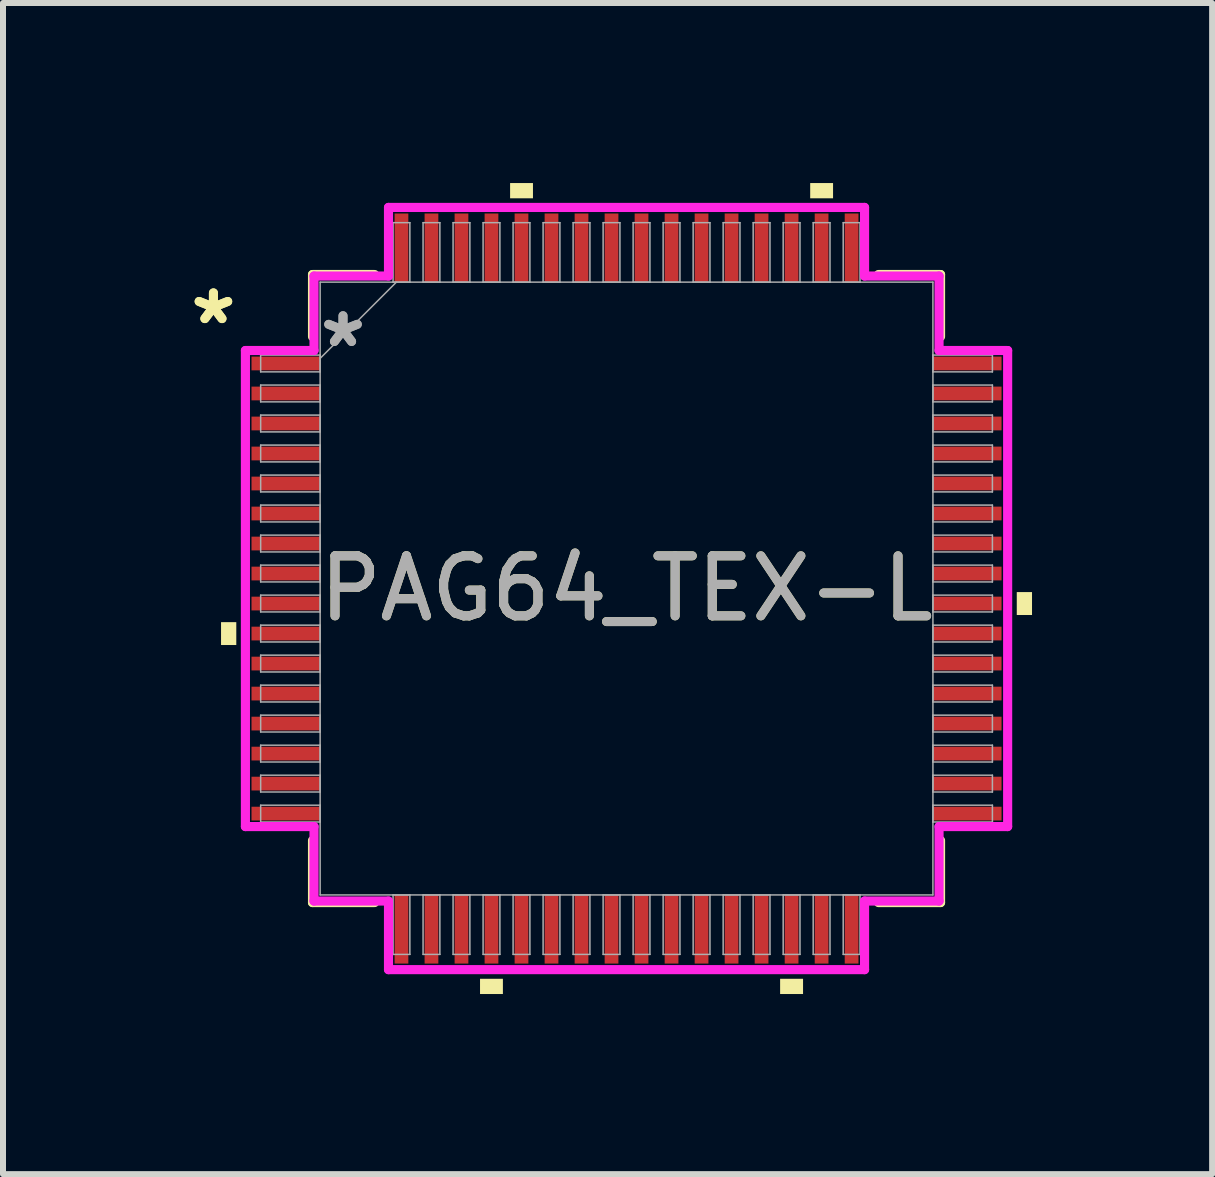
<source format=kicad_pcb>
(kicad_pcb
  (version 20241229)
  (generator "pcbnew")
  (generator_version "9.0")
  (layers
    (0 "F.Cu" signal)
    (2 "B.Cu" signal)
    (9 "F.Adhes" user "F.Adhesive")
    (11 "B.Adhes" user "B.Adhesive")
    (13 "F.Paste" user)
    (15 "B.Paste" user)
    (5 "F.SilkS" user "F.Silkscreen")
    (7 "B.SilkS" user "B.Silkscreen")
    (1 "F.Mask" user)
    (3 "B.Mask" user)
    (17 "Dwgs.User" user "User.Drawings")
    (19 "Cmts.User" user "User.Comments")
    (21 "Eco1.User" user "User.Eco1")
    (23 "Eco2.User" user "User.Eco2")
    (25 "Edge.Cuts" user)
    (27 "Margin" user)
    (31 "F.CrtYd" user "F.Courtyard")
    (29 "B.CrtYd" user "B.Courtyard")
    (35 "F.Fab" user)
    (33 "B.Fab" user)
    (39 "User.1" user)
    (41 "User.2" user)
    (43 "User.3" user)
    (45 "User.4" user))
  (footprint "PAG64_TEX-L"
    (layer "F.Cu")
    (at 7.389 6.756)
    (property "Reference" "PAG64_TEX-L" (at 0 0 0) (unlocked yes) (layer "F.SilkS") (effects (font (size 1 1) (thickness 0.15))))
    (attr smd)
    (fp_line (start -5.232 -5.232) (end -5.232 -4.197) (stroke (width 0.152) (type solid)) (layer "F.SilkS"))
    (fp_line (start -5.232 4.197) (end -5.232 5.232) (stroke (width 0.152) (type solid)) (layer "F.SilkS"))
    (fp_line (start -5.232 5.232) (end -4.197 5.232) (stroke (width 0.152) (type solid)) (layer "F.SilkS"))
    (fp_line (start -4.197 -5.232) (end -5.232 -5.232) (stroke (width 0.152) (type solid)) (layer "F.SilkS"))
    (fp_line (start 4.197 5.232) (end 5.232 5.232) (stroke (width 0.152) (type solid)) (layer "F.SilkS"))
    (fp_line (start 5.232 -5.232) (end 4.197 -5.232) (stroke (width 0.152) (type solid)) (layer "F.SilkS"))
    (fp_line (start 5.232 -4.197) (end 5.232 -5.232) (stroke (width 0.152) (type solid)) (layer "F.SilkS"))
    (fp_line (start 5.232 5.232) (end 5.232 4.197) (stroke (width 0.152) (type solid)) (layer "F.SilkS"))
    (fp_poly (pts (xy -6.756 0.56) (xy -6.756 0.941) (xy -6.502 0.941) (xy -6.502 0.56)) (stroke (width 0) (type solid)) (fill yes) (layer "F.SilkS"))
    (fp_poly (pts (xy -2.441 6.502) (xy -2.441 6.756) (xy -2.06 6.756) (xy -2.06 6.502)) (stroke (width 0) (type solid)) (fill yes) (layer "F.SilkS"))
    (fp_poly (pts (xy -1.94 -6.502) (xy -1.94 -6.756) (xy -1.559 -6.756) (xy -1.559 -6.502)) (stroke (width 0) (type solid)) (fill yes) (layer "F.SilkS"))
    (fp_poly (pts (xy 2.559 6.502) (xy 2.559 6.756) (xy 2.941 6.756) (xy 2.941 6.502)) (stroke (width 0) (type solid)) (fill yes) (layer "F.SilkS"))
    (fp_poly (pts (xy 3.06 -6.502) (xy 3.06 -6.756) (xy 3.441 -6.756) (xy 3.441 -6.502)) (stroke (width 0) (type solid)) (fill yes) (layer "F.SilkS"))
    (fp_poly (pts (xy 6.756 0.059) (xy 6.756 0.441) (xy 6.502 0.441) (xy 6.502 0.059)) (stroke (width 0) (type solid)) (fill yes) (layer "F.SilkS"))
    (fp_line (start -6.35 -3.966) (end -5.207 -3.966) (stroke (width 0.152) (type solid)) (layer "F.CrtYd"))
    (fp_line (start -6.35 3.966) (end -6.35 -3.966) (stroke (width 0.152) (type solid)) (layer "F.CrtYd"))
    (fp_line (start -5.207 -5.207) (end -3.966 -5.207) (stroke (width 0.152) (type solid)) (layer "F.CrtYd"))
    (fp_line (start -5.207 -3.966) (end -5.207 -5.207) (stroke (width 0.152) (type solid)) (layer "F.CrtYd"))
    (fp_line (start -5.207 3.966) (end -6.35 3.966) (stroke (width 0.152) (type solid)) (layer "F.CrtYd"))
    (fp_line (start -5.207 5.207) (end -5.207 3.966) (stroke (width 0.152) (type solid)) (layer "F.CrtYd"))
    (fp_line (start -5.207 5.207) (end -3.966 5.207) (stroke (width 0.152) (type solid)) (layer "F.CrtYd"))
    (fp_line (start -3.966 -6.35) (end 3.966 -6.35) (stroke (width 0.152) (type solid)) (layer "F.CrtYd"))
    (fp_line (start -3.966 -5.207) (end -3.966 -6.35) (stroke (width 0.152) (type solid)) (layer "F.CrtYd"))
    (fp_line (start -3.966 5.207) (end -3.966 6.35) (stroke (width 0.152) (type solid)) (layer "F.CrtYd"))
    (fp_line (start -3.966 6.35) (end 3.966 6.35) (stroke (width 0.152) (type solid)) (layer "F.CrtYd"))
    (fp_line (start 3.966 -6.35) (end 3.966 -5.207) (stroke (width 0.152) (type solid)) (layer "F.CrtYd"))
    (fp_line (start 3.966 -5.207) (end 5.207 -5.207) (stroke (width 0.152) (type solid)) (layer "F.CrtYd"))
    (fp_line (start 3.966 5.207) (end 5.207 5.207) (stroke (width 0.152) (type solid)) (layer "F.CrtYd"))
    (fp_line (start 3.966 6.35) (end 3.966 5.207) (stroke (width 0.152) (type solid)) (layer "F.CrtYd"))
    (fp_line (start 5.207 -3.966) (end 5.207 -5.207) (stroke (width 0.152) (type solid)) (layer "F.CrtYd"))
    (fp_line (start 5.207 3.966) (end 6.35 3.966) (stroke (width 0.152) (type solid)) (layer "F.CrtYd"))
    (fp_line (start 5.207 5.207) (end 5.207 3.966) (stroke (width 0.152) (type solid)) (layer "F.CrtYd"))
    (fp_line (start 6.35 -3.966) (end 5.207 -3.966) (stroke (width 0.152) (type solid)) (layer "F.CrtYd"))
    (fp_line (start 6.35 3.966) (end 6.35 -3.966) (stroke (width 0.152) (type solid)) (layer "F.CrtYd"))
    (fp_line (start -6.096 -3.89) (end -6.096 -3.61) (stroke (width 0.025) (type solid)) (layer "F.Fab"))
    (fp_line (start -6.096 -3.61) (end -5.105 -3.61) (stroke (width 0.025) (type solid)) (layer "F.Fab"))
    (fp_line (start -6.096 -3.39) (end -6.096 -3.11) (stroke (width 0.025) (type solid)) (layer "F.Fab"))
    (fp_line (start -6.096 -3.11) (end -5.105 -3.11) (stroke (width 0.025) (type solid)) (layer "F.Fab"))
    (fp_line (start -6.096 -2.89) (end -6.096 -2.61) (stroke (width 0.025) (type solid)) (layer "F.Fab"))
    (fp_line (start -6.096 -2.61) (end -5.105 -2.61) (stroke (width 0.025) (type solid)) (layer "F.Fab"))
    (fp_line (start -6.096 -2.39) (end -6.096 -2.11) (stroke (width 0.025) (type solid)) (layer "F.Fab"))
    (fp_line (start -6.096 -2.11) (end -5.105 -2.11) (stroke (width 0.025) (type solid)) (layer "F.Fab"))
    (fp_line (start -6.096 -1.89) (end -6.096 -1.61) (stroke (width 0.025) (type solid)) (layer "F.Fab"))
    (fp_line (start -6.096 -1.61) (end -5.105 -1.61) (stroke (width 0.025) (type solid)) (layer "F.Fab"))
    (fp_line (start -6.096 -1.39) (end -6.096 -1.11) (stroke (width 0.025) (type solid)) (layer "F.Fab"))
    (fp_line (start -6.096 -1.11) (end -5.105 -1.11) (stroke (width 0.025) (type solid)) (layer "F.Fab"))
    (fp_line (start -6.096 -0.89) (end -6.096 -0.61) (stroke (width 0.025) (type solid)) (layer "F.Fab"))
    (fp_line (start -6.096 -0.61) (end -5.105 -0.61) (stroke (width 0.025) (type solid)) (layer "F.Fab"))
    (fp_line (start -6.096 -0.39) (end -6.096 -0.11) (stroke (width 0.025) (type solid)) (layer "F.Fab"))
    (fp_line (start -6.096 -0.11) (end -5.105 -0.11) (stroke (width 0.025) (type solid)) (layer "F.Fab"))
    (fp_line (start -6.096 0.11) (end -6.096 0.39) (stroke (width 0.025) (type solid)) (layer "F.Fab"))
    (fp_line (start -6.096 0.39) (end -5.105 0.39) (stroke (width 0.025) (type solid)) (layer "F.Fab"))
    (fp_line (start -6.096 0.61) (end -6.096 0.89) (stroke (width 0.025) (type solid)) (layer "F.Fab"))
    (fp_line (start -6.096 0.89) (end -5.105 0.89) (stroke (width 0.025) (type solid)) (layer "F.Fab"))
    (fp_line (start -6.096 1.11) (end -6.096 1.39) (stroke (width 0.025) (type solid)) (layer "F.Fab"))
    (fp_line (start -6.096 1.39) (end -5.105 1.39) (stroke (width 0.025) (type solid)) (layer "F.Fab"))
    (fp_line (start -6.096 1.61) (end -6.096 1.89) (stroke (width 0.025) (type solid)) (layer "F.Fab"))
    (fp_line (start -6.096 1.89) (end -5.105 1.89) (stroke (width 0.025) (type solid)) (layer "F.Fab"))
    (fp_line (start -6.096 2.11) (end -6.096 2.39) (stroke (width 0.025) (type solid)) (layer "F.Fab"))
    (fp_line (start -6.096 2.39) (end -5.105 2.39) (stroke (width 0.025) (type solid)) (layer "F.Fab"))
    (fp_line (start -6.096 2.61) (end -6.096 2.89) (stroke (width 0.025) (type solid)) (layer "F.Fab"))
    (fp_line (start -6.096 2.89) (end -5.105 2.89) (stroke (width 0.025) (type solid)) (layer "F.Fab"))
    (fp_line (start -6.096 3.11) (end -6.096 3.39) (stroke (width 0.025) (type solid)) (layer "F.Fab"))
    (fp_line (start -6.096 3.39) (end -5.105 3.39) (stroke (width 0.025) (type solid)) (layer "F.Fab"))
    (fp_line (start -6.096 3.61) (end -6.096 3.89) (stroke (width 0.025) (type solid)) (layer "F.Fab"))
    (fp_line (start -6.096 3.89) (end -5.105 3.89) (stroke (width 0.025) (type solid)) (layer "F.Fab"))
    (fp_line (start -5.105 -5.105) (end -5.105 5.105) (stroke (width 0.025) (type solid)) (layer "F.Fab"))
    (fp_line (start -5.105 -3.89) (end -6.096 -3.89) (stroke (width 0.025) (type solid)) (layer "F.Fab"))
    (fp_line (start -5.105 -3.835) (end -3.835 -5.105) (stroke (width 0.025) (type solid)) (layer "F.Fab"))
    (fp_line (start -5.105 -3.61) (end -5.105 -3.89) (stroke (width 0.025) (type solid)) (layer "F.Fab"))
    (fp_line (start -5.105 -3.39) (end -6.096 -3.39) (stroke (width 0.025) (type solid)) (layer "F.Fab"))
    (fp_line (start -5.105 -3.11) (end -5.105 -3.39) (stroke (width 0.025) (type solid)) (layer "F.Fab"))
    (fp_line (start -5.105 -2.89) (end -6.096 -2.89) (stroke (width 0.025) (type solid)) (layer "F.Fab"))
    (fp_line (start -5.105 -2.61) (end -5.105 -2.89) (stroke (width 0.025) (type solid)) (layer "F.Fab"))
    (fp_line (start -5.105 -2.39) (end -6.096 -2.39) (stroke (width 0.025) (type solid)) (layer "F.Fab"))
    (fp_line (start -5.105 -2.11) (end -5.105 -2.39) (stroke (width 0.025) (type solid)) (layer "F.Fab"))
    (fp_line (start -5.105 -1.89) (end -6.096 -1.89) (stroke (width 0.025) (type solid)) (layer "F.Fab"))
    (fp_line (start -5.105 -1.61) (end -5.105 -1.89) (stroke (width 0.025) (type solid)) (layer "F.Fab"))
    (fp_line (start -5.105 -1.39) (end -6.096 -1.39) (stroke (width 0.025) (type solid)) (layer "F.Fab"))
    (fp_line (start -5.105 -1.11) (end -5.105 -1.39) (stroke (width 0.025) (type solid)) (layer "F.Fab"))
    (fp_line (start -5.105 -0.89) (end -6.096 -0.89) (stroke (width 0.025) (type solid)) (layer "F.Fab"))
    (fp_line (start -5.105 -0.61) (end -5.105 -0.89) (stroke (width 0.025) (type solid)) (layer "F.Fab"))
    (fp_line (start -5.105 -0.39) (end -6.096 -0.39) (stroke (width 0.025) (type solid)) (layer "F.Fab"))
    (fp_line (start -5.105 -0.11) (end -5.105 -0.39) (stroke (width 0.025) (type solid)) (layer "F.Fab"))
    (fp_line (start -5.105 0.11) (end -6.096 0.11) (stroke (width 0.025) (type solid)) (layer "F.Fab"))
    (fp_line (start -5.105 0.39) (end -5.105 0.11) (stroke (width 0.025) (type solid)) (layer "F.Fab"))
    (fp_line (start -5.105 0.61) (end -6.096 0.61) (stroke (width 0.025) (type solid)) (layer "F.Fab"))
    (fp_line (start -5.105 0.89) (end -5.105 0.61) (stroke (width 0.025) (type solid)) (layer "F.Fab"))
    (fp_line (start -5.105 1.11) (end -6.096 1.11) (stroke (width 0.025) (type solid)) (layer "F.Fab"))
    (fp_line (start -5.105 1.39) (end -5.105 1.11) (stroke (width 0.025) (type solid)) (layer "F.Fab"))
    (fp_line (start -5.105 1.61) (end -6.096 1.61) (stroke (width 0.025) (type solid)) (layer "F.Fab"))
    (fp_line (start -5.105 1.89) (end -5.105 1.61) (stroke (width 0.025) (type solid)) (layer "F.Fab"))
    (fp_line (start -5.105 2.11) (end -6.096 2.11) (stroke (width 0.025) (type solid)) (layer "F.Fab"))
    (fp_line (start -5.105 2.39) (end -5.105 2.11) (stroke (width 0.025) (type solid)) (layer "F.Fab"))
    (fp_line (start -5.105 2.61) (end -6.096 2.61) (stroke (width 0.025) (type solid)) (layer "F.Fab"))
    (fp_line (start -5.105 2.89) (end -5.105 2.61) (stroke (width 0.025) (type solid)) (layer "F.Fab"))
    (fp_line (start -5.105 3.11) (end -6.096 3.11) (stroke (width 0.025) (type solid)) (layer "F.Fab"))
    (fp_line (start -5.105 3.39) (end -5.105 3.11) (stroke (width 0.025) (type solid)) (layer "F.Fab"))
    (fp_line (start -5.105 3.61) (end -6.096 3.61) (stroke (width 0.025) (type solid)) (layer "F.Fab"))
    (fp_line (start -5.105 3.89) (end -5.105 3.61) (stroke (width 0.025) (type solid)) (layer "F.Fab"))
    (fp_line (start -5.105 5.105) (end 5.105 5.105) (stroke (width 0.025) (type solid)) (layer "F.Fab"))
    (fp_line (start -3.89 -6.096) (end -3.89 -5.105) (stroke (width 0.025) (type solid)) (layer "F.Fab"))
    (fp_line (start -3.89 -5.105) (end -3.61 -5.105) (stroke (width 0.025) (type solid)) (layer "F.Fab"))
    (fp_line (start -3.89 5.105) (end -3.89 6.096) (stroke (width 0.025) (type solid)) (layer "F.Fab"))
    (fp_line (start -3.89 6.096) (end -3.61 6.096) (stroke (width 0.025) (type solid)) (layer "F.Fab"))
    (fp_line (start -3.61 -6.096) (end -3.89 -6.096) (stroke (width 0.025) (type solid)) (layer "F.Fab"))
    (fp_line (start -3.61 -5.105) (end -3.61 -6.096) (stroke (width 0.025) (type solid)) (layer "F.Fab"))
    (fp_line (start -3.61 5.105) (end -3.89 5.105) (stroke (width 0.025) (type solid)) (layer "F.Fab"))
    (fp_line (start -3.61 6.096) (end -3.61 5.105) (stroke (width 0.025) (type solid)) (layer "F.Fab"))
    (fp_line (start -3.39 -6.096) (end -3.39 -5.105) (stroke (width 0.025) (type solid)) (layer "F.Fab"))
    (fp_line (start -3.39 -5.105) (end -3.11 -5.105) (stroke (width 0.025) (type solid)) (layer "F.Fab"))
    (fp_line (start -3.39 5.105) (end -3.39 6.096) (stroke (width 0.025) (type solid)) (layer "F.Fab"))
    (fp_line (start -3.39 6.096) (end -3.11 6.096) (stroke (width 0.025) (type solid)) (layer "F.Fab"))
    (fp_line (start -3.11 -6.096) (end -3.39 -6.096) (stroke (width 0.025) (type solid)) (layer "F.Fab"))
    (fp_line (start -3.11 -5.105) (end -3.11 -6.096) (stroke (width 0.025) (type solid)) (layer "F.Fab"))
    (fp_line (start -3.11 5.105) (end -3.39 5.105) (stroke (width 0.025) (type solid)) (layer "F.Fab"))
    (fp_line (start -3.11 6.096) (end -3.11 5.105) (stroke (width 0.025) (type solid)) (layer "F.Fab"))
    (fp_line (start -2.89 -6.096) (end -2.89 -5.105) (stroke (width 0.025) (type solid)) (layer "F.Fab"))
    (fp_line (start -2.89 -5.105) (end -2.61 -5.105) (stroke (width 0.025) (type solid)) (layer "F.Fab"))
    (fp_line (start -2.89 5.105) (end -2.89 6.096) (stroke (width 0.025) (type solid)) (layer "F.Fab"))
    (fp_line (start -2.89 6.096) (end -2.61 6.096) (stroke (width 0.025) (type solid)) (layer "F.Fab"))
    (fp_line (start -2.61 -6.096) (end -2.89 -6.096) (stroke (width 0.025) (type solid)) (layer "F.Fab"))
    (fp_line (start -2.61 -5.105) (end -2.61 -6.096) (stroke (width 0.025) (type solid)) (layer "F.Fab"))
    (fp_line (start -2.61 5.105) (end -2.89 5.105) (stroke (width 0.025) (type solid)) (layer "F.Fab"))
    (fp_line (start -2.61 6.096) (end -2.61 5.105) (stroke (width 0.025) (type solid)) (layer "F.Fab"))
    (fp_line (start -2.39 -6.096) (end -2.39 -5.105) (stroke (width 0.025) (type solid)) (layer "F.Fab"))
    (fp_line (start -2.39 -5.105) (end -2.11 -5.105) (stroke (width 0.025) (type solid)) (layer "F.Fab"))
    (fp_line (start -2.39 5.105) (end -2.39 6.096) (stroke (width 0.025) (type solid)) (layer "F.Fab"))
    (fp_line (start -2.39 6.096) (end -2.11 6.096) (stroke (width 0.025) (type solid)) (layer "F.Fab"))
    (fp_line (start -2.11 -6.096) (end -2.39 -6.096) (stroke (width 0.025) (type solid)) (layer "F.Fab"))
    (fp_line (start -2.11 -5.105) (end -2.11 -6.096) (stroke (width 0.025) (type solid)) (layer "F.Fab"))
    (fp_line (start -2.11 5.105) (end -2.39 5.105) (stroke (width 0.025) (type solid)) (layer "F.Fab"))
    (fp_line (start -2.11 6.096) (end -2.11 5.105) (stroke (width 0.025) (type solid)) (layer "F.Fab"))
    (fp_line (start -1.89 -6.096) (end -1.89 -5.105) (stroke (width 0.025) (type solid)) (layer "F.Fab"))
    (fp_line (start -1.89 -5.105) (end -1.61 -5.105) (stroke (width 0.025) (type solid)) (layer "F.Fab"))
    (fp_line (start -1.89 5.105) (end -1.89 6.096) (stroke (width 0.025) (type solid)) (layer "F.Fab"))
    (fp_line (start -1.89 6.096) (end -1.61 6.096) (stroke (width 0.025) (type solid)) (layer "F.Fab"))
    (fp_line (start -1.61 -6.096) (end -1.89 -6.096) (stroke (width 0.025) (type solid)) (layer "F.Fab"))
    (fp_line (start -1.61 -5.105) (end -1.61 -6.096) (stroke (width 0.025) (type solid)) (layer "F.Fab"))
    (fp_line (start -1.61 5.105) (end -1.89 5.105) (stroke (width 0.025) (type solid)) (layer "F.Fab"))
    (fp_line (start -1.61 6.096) (end -1.61 5.105) (stroke (width 0.025) (type solid)) (layer "F.Fab"))
    (fp_line (start -1.39 -6.096) (end -1.39 -5.105) (stroke (width 0.025) (type solid)) (layer "F.Fab"))
    (fp_line (start -1.39 -5.105) (end -1.11 -5.105) (stroke (width 0.025) (type solid)) (layer "F.Fab"))
    (fp_line (start -1.39 5.105) (end -1.39 6.096) (stroke (width 0.025) (type solid)) (layer "F.Fab"))
    (fp_line (start -1.39 6.096) (end -1.11 6.096) (stroke (width 0.025) (type solid)) (layer "F.Fab"))
    (fp_line (start -1.11 -6.096) (end -1.39 -6.096) (stroke (width 0.025) (type solid)) (layer "F.Fab"))
    (fp_line (start -1.11 -5.105) (end -1.11 -6.096) (stroke (width 0.025) (type solid)) (layer "F.Fab"))
    (fp_line (start -1.11 5.105) (end -1.39 5.105) (stroke (width 0.025) (type solid)) (layer "F.Fab"))
    (fp_line (start -1.11 6.096) (end -1.11 5.105) (stroke (width 0.025) (type solid)) (layer "F.Fab"))
    (fp_line (start -0.89 -6.096) (end -0.89 -5.105) (stroke (width 0.025) (type solid)) (layer "F.Fab"))
    (fp_line (start -0.89 -5.105) (end -0.61 -5.105) (stroke (width 0.025) (type solid)) (layer "F.Fab"))
    (fp_line (start -0.89 5.105) (end -0.89 6.096) (stroke (width 0.025) (type solid)) (layer "F.Fab"))
    (fp_line (start -0.89 6.096) (end -0.61 6.096) (stroke (width 0.025) (type solid)) (layer "F.Fab"))
    (fp_line (start -0.61 -6.096) (end -0.89 -6.096) (stroke (width 0.025) (type solid)) (layer "F.Fab"))
    (fp_line (start -0.61 -5.105) (end -0.61 -6.096) (stroke (width 0.025) (type solid)) (layer "F.Fab"))
    (fp_line (start -0.61 5.105) (end -0.89 5.105) (stroke (width 0.025) (type solid)) (layer "F.Fab"))
    (fp_line (start -0.61 6.096) (end -0.61 5.105) (stroke (width 0.025) (type solid)) (layer "F.Fab"))
    (fp_line (start -0.39 -6.096) (end -0.39 -5.105) (stroke (width 0.025) (type solid)) (layer "F.Fab"))
    (fp_line (start -0.39 -5.105) (end -0.11 -5.105) (stroke (width 0.025) (type solid)) (layer "F.Fab"))
    (fp_line (start -0.39 5.105) (end -0.39 6.096) (stroke (width 0.025) (type solid)) (layer "F.Fab"))
    (fp_line (start -0.39 6.096) (end -0.11 6.096) (stroke (width 0.025) (type solid)) (layer "F.Fab"))
    (fp_line (start -0.11 -6.096) (end -0.39 -6.096) (stroke (width 0.025) (type solid)) (layer "F.Fab"))
    (fp_line (start -0.11 -5.105) (end -0.11 -6.096) (stroke (width 0.025) (type solid)) (layer "F.Fab"))
    (fp_line (start -0.11 5.105) (end -0.39 5.105) (stroke (width 0.025) (type solid)) (layer "F.Fab"))
    (fp_line (start -0.11 6.096) (end -0.11 5.105) (stroke (width 0.025) (type solid)) (layer "F.Fab"))
    (fp_line (start 0.11 -6.096) (end 0.11 -5.105) (stroke (width 0.025) (type solid)) (layer "F.Fab"))
    (fp_line (start 0.11 -5.105) (end 0.39 -5.105) (stroke (width 0.025) (type solid)) (layer "F.Fab"))
    (fp_line (start 0.11 5.105) (end 0.11 6.096) (stroke (width 0.025) (type solid)) (layer "F.Fab"))
    (fp_line (start 0.11 6.096) (end 0.39 6.096) (stroke (width 0.025) (type solid)) (layer "F.Fab"))
    (fp_line (start 0.39 -6.096) (end 0.11 -6.096) (stroke (width 0.025) (type solid)) (layer "F.Fab"))
    (fp_line (start 0.39 -5.105) (end 0.39 -6.096) (stroke (width 0.025) (type solid)) (layer "F.Fab"))
    (fp_line (start 0.39 5.105) (end 0.11 5.105) (stroke (width 0.025) (type solid)) (layer "F.Fab"))
    (fp_line (start 0.39 6.096) (end 0.39 5.105) (stroke (width 0.025) (type solid)) (layer "F.Fab"))
    (fp_line (start 0.61 -6.096) (end 0.61 -5.105) (stroke (width 0.025) (type solid)) (layer "F.Fab"))
    (fp_line (start 0.61 -5.105) (end 0.89 -5.105) (stroke (width 0.025) (type solid)) (layer "F.Fab"))
    (fp_line (start 0.61 5.105) (end 0.61 6.096) (stroke (width 0.025) (type solid)) (layer "F.Fab"))
    (fp_line (start 0.61 6.096) (end 0.89 6.096) (stroke (width 0.025) (type solid)) (layer "F.Fab"))
    (fp_line (start 0.89 -6.096) (end 0.61 -6.096) (stroke (width 0.025) (type solid)) (layer "F.Fab"))
    (fp_line (start 0.89 -5.105) (end 0.89 -6.096) (stroke (width 0.025) (type solid)) (layer "F.Fab"))
    (fp_line (start 0.89 5.105) (end 0.61 5.105) (stroke (width 0.025) (type solid)) (layer "F.Fab"))
    (fp_line (start 0.89 6.096) (end 0.89 5.105) (stroke (width 0.025) (type solid)) (layer "F.Fab"))
    (fp_line (start 1.11 -6.096) (end 1.11 -5.105) (stroke (width 0.025) (type solid)) (layer "F.Fab"))
    (fp_line (start 1.11 -5.105) (end 1.39 -5.105) (stroke (width 0.025) (type solid)) (layer "F.Fab"))
    (fp_line (start 1.11 5.105) (end 1.11 6.096) (stroke (width 0.025) (type solid)) (layer "F.Fab"))
    (fp_line (start 1.11 6.096) (end 1.39 6.096) (stroke (width 0.025) (type solid)) (layer "F.Fab"))
    (fp_line (start 1.39 -6.096) (end 1.11 -6.096) (stroke (width 0.025) (type solid)) (layer "F.Fab"))
    (fp_line (start 1.39 -5.105) (end 1.39 -6.096) (stroke (width 0.025) (type solid)) (layer "F.Fab"))
    (fp_line (start 1.39 5.105) (end 1.11 5.105) (stroke (width 0.025) (type solid)) (layer "F.Fab"))
    (fp_line (start 1.39 6.096) (end 1.39 5.105) (stroke (width 0.025) (type solid)) (layer "F.Fab"))
    (fp_line (start 1.61 -6.096) (end 1.61 -5.105) (stroke (width 0.025) (type solid)) (layer "F.Fab"))
    (fp_line (start 1.61 -5.105) (end 1.89 -5.105) (stroke (width 0.025) (type solid)) (layer "F.Fab"))
    (fp_line (start 1.61 5.105) (end 1.61 6.096) (stroke (width 0.025) (type solid)) (layer "F.Fab"))
    (fp_line (start 1.61 6.096) (end 1.89 6.096) (stroke (width 0.025) (type solid)) (layer "F.Fab"))
    (fp_line (start 1.89 -6.096) (end 1.61 -6.096) (stroke (width 0.025) (type solid)) (layer "F.Fab"))
    (fp_line (start 1.89 -5.105) (end 1.89 -6.096) (stroke (width 0.025) (type solid)) (layer "F.Fab"))
    (fp_line (start 1.89 5.105) (end 1.61 5.105) (stroke (width 0.025) (type solid)) (layer "F.Fab"))
    (fp_line (start 1.89 6.096) (end 1.89 5.105) (stroke (width 0.025) (type solid)) (layer "F.Fab"))
    (fp_line (start 2.11 -6.096) (end 2.11 -5.105) (stroke (width 0.025) (type solid)) (layer "F.Fab"))
    (fp_line (start 2.11 -5.105) (end 2.39 -5.105) (stroke (width 0.025) (type solid)) (layer "F.Fab"))
    (fp_line (start 2.11 5.105) (end 2.11 6.096) (stroke (width 0.025) (type solid)) (layer "F.Fab"))
    (fp_line (start 2.11 6.096) (end 2.39 6.096) (stroke (width 0.025) (type solid)) (layer "F.Fab"))
    (fp_line (start 2.39 -6.096) (end 2.11 -6.096) (stroke (width 0.025) (type solid)) (layer "F.Fab"))
    (fp_line (start 2.39 -5.105) (end 2.39 -6.096) (stroke (width 0.025) (type solid)) (layer "F.Fab"))
    (fp_line (start 2.39 5.105) (end 2.11 5.105) (stroke (width 0.025) (type solid)) (layer "F.Fab"))
    (fp_line (start 2.39 6.096) (end 2.39 5.105) (stroke (width 0.025) (type solid)) (layer "F.Fab"))
    (fp_line (start 2.61 -6.096) (end 2.61 -5.105) (stroke (width 0.025) (type solid)) (layer "F.Fab"))
    (fp_line (start 2.61 -5.105) (end 2.89 -5.105) (stroke (width 0.025) (type solid)) (layer "F.Fab"))
    (fp_line (start 2.61 5.105) (end 2.61 6.096) (stroke (width 0.025) (type solid)) (layer "F.Fab"))
    (fp_line (start 2.61 6.096) (end 2.89 6.096) (stroke (width 0.025) (type solid)) (layer "F.Fab"))
    (fp_line (start 2.89 -6.096) (end 2.61 -6.096) (stroke (width 0.025) (type solid)) (layer "F.Fab"))
    (fp_line (start 2.89 -5.105) (end 2.89 -6.096) (stroke (width 0.025) (type solid)) (layer "F.Fab"))
    (fp_line (start 2.89 5.105) (end 2.61 5.105) (stroke (width 0.025) (type solid)) (layer "F.Fab"))
    (fp_line (start 2.89 6.096) (end 2.89 5.105) (stroke (width 0.025) (type solid)) (layer "F.Fab"))
    (fp_line (start 3.11 -6.096) (end 3.11 -5.105) (stroke (width 0.025) (type solid)) (layer "F.Fab"))
    (fp_line (start 3.11 -5.105) (end 3.39 -5.105) (stroke (width 0.025) (type solid)) (layer "F.Fab"))
    (fp_line (start 3.11 5.105) (end 3.11 6.096) (stroke (width 0.025) (type solid)) (layer "F.Fab"))
    (fp_line (start 3.11 6.096) (end 3.39 6.096) (stroke (width 0.025) (type solid)) (layer "F.Fab"))
    (fp_line (start 3.39 -6.096) (end 3.11 -6.096) (stroke (width 0.025) (type solid)) (layer "F.Fab"))
    (fp_line (start 3.39 -5.105) (end 3.39 -6.096) (stroke (width 0.025) (type solid)) (layer "F.Fab"))
    (fp_line (start 3.39 5.105) (end 3.11 5.105) (stroke (width 0.025) (type solid)) (layer "F.Fab"))
    (fp_line (start 3.39 6.096) (end 3.39 5.105) (stroke (width 0.025) (type solid)) (layer "F.Fab"))
    (fp_line (start 3.61 -6.096) (end 3.61 -5.105) (stroke (width 0.025) (type solid)) (layer "F.Fab"))
    (fp_line (start 3.61 -5.105) (end 3.89 -5.105) (stroke (width 0.025) (type solid)) (layer "F.Fab"))
    (fp_line (start 3.61 5.105) (end 3.61 6.096) (stroke (width 0.025) (type solid)) (layer "F.Fab"))
    (fp_line (start 3.61 6.096) (end 3.89 6.096) (stroke (width 0.025) (type solid)) (layer "F.Fab"))
    (fp_line (start 3.89 -6.096) (end 3.61 -6.096) (stroke (width 0.025) (type solid)) (layer "F.Fab"))
    (fp_line (start 3.89 -5.105) (end 3.89 -6.096) (stroke (width 0.025) (type solid)) (layer "F.Fab"))
    (fp_line (start 3.89 5.105) (end 3.61 5.105) (stroke (width 0.025) (type solid)) (layer "F.Fab"))
    (fp_line (start 3.89 6.096) (end 3.89 5.105) (stroke (width 0.025) (type solid)) (layer "F.Fab"))
    (fp_line (start 5.105 -5.105) (end -5.105 -5.105) (stroke (width 0.025) (type solid)) (layer "F.Fab"))
    (fp_line (start 5.105 -3.89) (end 5.105 -3.61) (stroke (width 0.025) (type solid)) (layer "F.Fab"))
    (fp_line (start 5.105 -3.61) (end 6.096 -3.61) (stroke (width 0.025) (type solid)) (layer "F.Fab"))
    (fp_line (start 5.105 -3.39) (end 5.105 -3.11) (stroke (width 0.025) (type solid)) (layer "F.Fab"))
    (fp_line (start 5.105 -3.11) (end 6.096 -3.11) (stroke (width 0.025) (type solid)) (layer "F.Fab"))
    (fp_line (start 5.105 -2.89) (end 5.105 -2.61) (stroke (width 0.025) (type solid)) (layer "F.Fab"))
    (fp_line (start 5.105 -2.61) (end 6.096 -2.61) (stroke (width 0.025) (type solid)) (layer "F.Fab"))
    (fp_line (start 5.105 -2.39) (end 5.105 -2.11) (stroke (width 0.025) (type solid)) (layer "F.Fab"))
    (fp_line (start 5.105 -2.11) (end 6.096 -2.11) (stroke (width 0.025) (type solid)) (layer "F.Fab"))
    (fp_line (start 5.105 -1.89) (end 5.105 -1.61) (stroke (width 0.025) (type solid)) (layer "F.Fab"))
    (fp_line (start 5.105 -1.61) (end 6.096 -1.61) (stroke (width 0.025) (type solid)) (layer "F.Fab"))
    (fp_line (start 5.105 -1.39) (end 5.105 -1.11) (stroke (width 0.025) (type solid)) (layer "F.Fab"))
    (fp_line (start 5.105 -1.11) (end 6.096 -1.11) (stroke (width 0.025) (type solid)) (layer "F.Fab"))
    (fp_line (start 5.105 -0.89) (end 5.105 -0.61) (stroke (width 0.025) (type solid)) (layer "F.Fab"))
    (fp_line (start 5.105 -0.61) (end 6.096 -0.61) (stroke (width 0.025) (type solid)) (layer "F.Fab"))
    (fp_line (start 5.105 -0.39) (end 5.105 -0.11) (stroke (width 0.025) (type solid)) (layer "F.Fab"))
    (fp_line (start 5.105 -0.11) (end 6.096 -0.11) (stroke (width 0.025) (type solid)) (layer "F.Fab"))
    (fp_line (start 5.105 0.11) (end 5.105 0.39) (stroke (width 0.025) (type solid)) (layer "F.Fab"))
    (fp_line (start 5.105 0.39) (end 6.096 0.39) (stroke (width 0.025) (type solid)) (layer "F.Fab"))
    (fp_line (start 5.105 0.61) (end 5.105 0.89) (stroke (width 0.025) (type solid)) (layer "F.Fab"))
    (fp_line (start 5.105 0.89) (end 6.096 0.89) (stroke (width 0.025) (type solid)) (layer "F.Fab"))
    (fp_line (start 5.105 1.11) (end 5.105 1.39) (stroke (width 0.025) (type solid)) (layer "F.Fab"))
    (fp_line (start 5.105 1.39) (end 6.096 1.39) (stroke (width 0.025) (type solid)) (layer "F.Fab"))
    (fp_line (start 5.105 1.61) (end 5.105 1.89) (stroke (width 0.025) (type solid)) (layer "F.Fab"))
    (fp_line (start 5.105 1.89) (end 6.096 1.89) (stroke (width 0.025) (type solid)) (layer "F.Fab"))
    (fp_line (start 5.105 2.11) (end 5.105 2.39) (stroke (width 0.025) (type solid)) (layer "F.Fab"))
    (fp_line (start 5.105 2.39) (end 6.096 2.39) (stroke (width 0.025) (type solid)) (layer "F.Fab"))
    (fp_line (start 5.105 2.61) (end 5.105 2.89) (stroke (width 0.025) (type solid)) (layer "F.Fab"))
    (fp_line (start 5.105 2.89) (end 6.096 2.89) (stroke (width 0.025) (type solid)) (layer "F.Fab"))
    (fp_line (start 5.105 3.11) (end 5.105 3.39) (stroke (width 0.025) (type solid)) (layer "F.Fab"))
    (fp_line (start 5.105 3.39) (end 6.096 3.39) (stroke (width 0.025) (type solid)) (layer "F.Fab"))
    (fp_line (start 5.105 3.61) (end 5.105 3.89) (stroke (width 0.025) (type solid)) (layer "F.Fab"))
    (fp_line (start 5.105 3.89) (end 6.096 3.89) (stroke (width 0.025) (type solid)) (layer "F.Fab"))
    (fp_line (start 5.105 5.105) (end 5.105 -5.105) (stroke (width 0.025) (type solid)) (layer "F.Fab"))
    (fp_line (start 6.096 -3.89) (end 5.105 -3.89) (stroke (width 0.025) (type solid)) (layer "F.Fab"))
    (fp_line (start 6.096 -3.61) (end 6.096 -3.89) (stroke (width 0.025) (type solid)) (layer "F.Fab"))
    (fp_line (start 6.096 -3.39) (end 5.105 -3.39) (stroke (width 0.025) (type solid)) (layer "F.Fab"))
    (fp_line (start 6.096 -3.11) (end 6.096 -3.39) (stroke (width 0.025) (type solid)) (layer "F.Fab"))
    (fp_line (start 6.096 -2.89) (end 5.105 -2.89) (stroke (width 0.025) (type solid)) (layer "F.Fab"))
    (fp_line (start 6.096 -2.61) (end 6.096 -2.89) (stroke (width 0.025) (type solid)) (layer "F.Fab"))
    (fp_line (start 6.096 -2.39) (end 5.105 -2.39) (stroke (width 0.025) (type solid)) (layer "F.Fab"))
    (fp_line (start 6.096 -2.11) (end 6.096 -2.39) (stroke (width 0.025) (type solid)) (layer "F.Fab"))
    (fp_line (start 6.096 -1.89) (end 5.105 -1.89) (stroke (width 0.025) (type solid)) (layer "F.Fab"))
    (fp_line (start 6.096 -1.61) (end 6.096 -1.89) (stroke (width 0.025) (type solid)) (layer "F.Fab"))
    (fp_line (start 6.096 -1.39) (end 5.105 -1.39) (stroke (width 0.025) (type solid)) (layer "F.Fab"))
    (fp_line (start 6.096 -1.11) (end 6.096 -1.39) (stroke (width 0.025) (type solid)) (layer "F.Fab"))
    (fp_line (start 6.096 -0.89) (end 5.105 -0.89) (stroke (width 0.025) (type solid)) (layer "F.Fab"))
    (fp_line (start 6.096 -0.61) (end 6.096 -0.89) (stroke (width 0.025) (type solid)) (layer "F.Fab"))
    (fp_line (start 6.096 -0.39) (end 5.105 -0.39) (stroke (width 0.025) (type solid)) (layer "F.Fab"))
    (fp_line (start 6.096 -0.11) (end 6.096 -0.39) (stroke (width 0.025) (type solid)) (layer "F.Fab"))
    (fp_line (start 6.096 0.11) (end 5.105 0.11) (stroke (width 0.025) (type solid)) (layer "F.Fab"))
    (fp_line (start 6.096 0.39) (end 6.096 0.11) (stroke (width 0.025) (type solid)) (layer "F.Fab"))
    (fp_line (start 6.096 0.61) (end 5.105 0.61) (stroke (width 0.025) (type solid)) (layer "F.Fab"))
    (fp_line (start 6.096 0.89) (end 6.096 0.61) (stroke (width 0.025) (type solid)) (layer "F.Fab"))
    (fp_line (start 6.096 1.11) (end 5.105 1.11) (stroke (width 0.025) (type solid)) (layer "F.Fab"))
    (fp_line (start 6.096 1.39) (end 6.096 1.11) (stroke (width 0.025) (type solid)) (layer "F.Fab"))
    (fp_line (start 6.096 1.61) (end 5.105 1.61) (stroke (width 0.025) (type solid)) (layer "F.Fab"))
    (fp_line (start 6.096 1.89) (end 6.096 1.61) (stroke (width 0.025) (type solid)) (layer "F.Fab"))
    (fp_line (start 6.096 2.11) (end 5.105 2.11) (stroke (width 0.025) (type solid)) (layer "F.Fab"))
    (fp_line (start 6.096 2.39) (end 6.096 2.11) (stroke (width 0.025) (type solid)) (layer "F.Fab"))
    (fp_line (start 6.096 2.61) (end 5.105 2.61) (stroke (width 0.025) (type solid)) (layer "F.Fab"))
    (fp_line (start 6.096 2.89) (end 6.096 2.61) (stroke (width 0.025) (type solid)) (layer "F.Fab"))
    (fp_line (start 6.096 3.11) (end 5.105 3.11) (stroke (width 0.025) (type solid)) (layer "F.Fab"))
    (fp_line (start 6.096 3.39) (end 6.096 3.11) (stroke (width 0.025) (type solid)) (layer "F.Fab"))
    (fp_line (start 6.096 3.61) (end 5.105 3.61) (stroke (width 0.025) (type solid)) (layer "F.Fab"))
    (fp_line (start 6.096 3.89) (end 6.096 3.61) (stroke (width 0.025) (type solid)) (layer "F.Fab"))
    (fp_text user "*" (at -6.883 -4.381 0) (unlocked yes) (layer "F.SilkS") (effects (font (size 1 1) (thickness 0.15))))
    (fp_text user "*" (at -6.883 -4.381 0) (layer "F.SilkS") (effects (font (size 1 1) (thickness 0.15))))
    (fp_text user "${REFERENCE}" (at 0 0 0) (unlocked yes) (layer "F.Fab") (effects (font (size 1 1) (thickness 0.15))))
    (fp_text user "*" (at -4.724 -4 0) (layer "F.Fab") (effects (font (size 1 1) (thickness 0.15))))
    (fp_text user "*" (at -4.724 -4 0) (unlocked yes) (layer "F.Fab") (effects (font (size 1 1) (thickness 0.15))))
    (pad "1" smd rect (at -5.677 -3.75 90) (size 0.229 1.143) (layers "F.Cu" "F.Mask" "F.Paste"))
    (pad "2" smd rect (at -5.677 -3.25 90) (size 0.229 1.143) (layers "F.Cu" "F.Mask" "F.Paste"))
    (pad "3" smd rect (at -5.677 -2.75 90) (size 0.229 1.143) (layers "F.Cu" "F.Mask" "F.Paste"))
    (pad "4" smd rect (at -5.677 -2.25 90) (size 0.229 1.143) (layers "F.Cu" "F.Mask" "F.Paste"))
    (pad "5" smd rect (at -5.677 -1.75 90) (size 0.229 1.143) (layers "F.Cu" "F.Mask" "F.Paste"))
    (pad "6" smd rect (at -5.677 -1.25 90) (size 0.229 1.143) (layers "F.Cu" "F.Mask" "F.Paste"))
    (pad "7" smd rect (at -5.677 -0.75 90) (size 0.229 1.143) (layers "F.Cu" "F.Mask" "F.Paste"))
    (pad "8" smd rect (at -5.677 -0.25 90) (size 0.229 1.143) (layers "F.Cu" "F.Mask" "F.Paste"))
    (pad "9" smd rect (at -5.677 0.25 90) (size 0.229 1.143) (layers "F.Cu" "F.Mask" "F.Paste"))
    (pad "10" smd rect (at -5.677 0.75 90) (size 0.229 1.143) (layers "F.Cu" "F.Mask" "F.Paste"))
    (pad "11" smd rect (at -5.677 1.25 90) (size 0.229 1.143) (layers "F.Cu" "F.Mask" "F.Paste"))
    (pad "12" smd rect (at -5.677 1.75 90) (size 0.229 1.143) (layers "F.Cu" "F.Mask" "F.Paste"))
    (pad "13" smd rect (at -5.677 2.25 90) (size 0.229 1.143) (layers "F.Cu" "F.Mask" "F.Paste"))
    (pad "14" smd rect (at -5.677 2.75 90) (size 0.229 1.143) (layers "F.Cu" "F.Mask" "F.Paste"))
    (pad "15" smd rect (at -5.677 3.25 90) (size 0.229 1.143) (layers "F.Cu" "F.Mask" "F.Paste"))
    (pad "16" smd rect (at -5.677 3.75 90) (size 0.229 1.143) (layers "F.Cu" "F.Mask" "F.Paste"))
    (pad "17" smd rect (at -3.75 5.677) (size 0.229 1.143) (layers "F.Cu" "F.Mask" "F.Paste"))
    (pad "18" smd rect (at -3.25 5.677) (size 0.229 1.143) (layers "F.Cu" "F.Mask" "F.Paste"))
    (pad "19" smd rect (at -2.75 5.677) (size 0.229 1.143) (layers "F.Cu" "F.Mask" "F.Paste"))
    (pad "20" smd rect (at -2.25 5.677) (size 0.229 1.143) (layers "F.Cu" "F.Mask" "F.Paste"))
    (pad "21" smd rect (at -1.75 5.677) (size 0.229 1.143) (layers "F.Cu" "F.Mask" "F.Paste"))
    (pad "22" smd rect (at -1.25 5.677) (size 0.229 1.143) (layers "F.Cu" "F.Mask" "F.Paste"))
    (pad "23" smd rect (at -0.75 5.677) (size 0.229 1.143) (layers "F.Cu" "F.Mask" "F.Paste"))
    (pad "24" smd rect (at -0.25 5.677) (size 0.229 1.143) (layers "F.Cu" "F.Mask" "F.Paste"))
    (pad "25" smd rect (at 0.25 5.677) (size 0.229 1.143) (layers "F.Cu" "F.Mask" "F.Paste"))
    (pad "26" smd rect (at 0.75 5.677) (size 0.229 1.143) (layers "F.Cu" "F.Mask" "F.Paste"))
    (pad "27" smd rect (at 1.25 5.677) (size 0.229 1.143) (layers "F.Cu" "F.Mask" "F.Paste"))
    (pad "28" smd rect (at 1.75 5.677) (size 0.229 1.143) (layers "F.Cu" "F.Mask" "F.Paste"))
    (pad "29" smd rect (at 2.25 5.677) (size 0.229 1.143) (layers "F.Cu" "F.Mask" "F.Paste"))
    (pad "30" smd rect (at 2.75 5.677) (size 0.229 1.143) (layers "F.Cu" "F.Mask" "F.Paste"))
    (pad "31" smd rect (at 3.25 5.677) (size 0.229 1.143) (layers "F.Cu" "F.Mask" "F.Paste"))
    (pad "32" smd rect (at 3.75 5.677) (size 0.229 1.143) (layers "F.Cu" "F.Mask" "F.Paste"))
    (pad "33" smd rect (at 5.677 3.75 90) (size 0.229 1.143) (layers "F.Cu" "F.Mask" "F.Paste"))
    (pad "34" smd rect (at 5.677 3.25 90) (size 0.229 1.143) (layers "F.Cu" "F.Mask" "F.Paste"))
    (pad "35" smd rect (at 5.677 2.75 90) (size 0.229 1.143) (layers "F.Cu" "F.Mask" "F.Paste"))
    (pad "36" smd rect (at 5.677 2.25 90) (size 0.229 1.143) (layers "F.Cu" "F.Mask" "F.Paste"))
    (pad "37" smd rect (at 5.677 1.75 90) (size 0.229 1.143) (layers "F.Cu" "F.Mask" "F.Paste"))
    (pad "38" smd rect (at 5.677 1.25 90) (size 0.229 1.143) (layers "F.Cu" "F.Mask" "F.Paste"))
    (pad "39" smd rect (at 5.677 0.75 90) (size 0.229 1.143) (layers "F.Cu" "F.Mask" "F.Paste"))
    (pad "40" smd rect (at 5.677 0.25 90) (size 0.229 1.143) (layers "F.Cu" "F.Mask" "F.Paste"))
    (pad "41" smd rect (at 5.677 -0.25 90) (size 0.229 1.143) (layers "F.Cu" "F.Mask" "F.Paste"))
    (pad "42" smd rect (at 5.677 -0.75 90) (size 0.229 1.143) (layers "F.Cu" "F.Mask" "F.Paste"))
    (pad "43" smd rect (at 5.677 -1.25 90) (size 0.229 1.143) (layers "F.Cu" "F.Mask" "F.Paste"))
    (pad "44" smd rect (at 5.677 -1.75 90) (size 0.229 1.143) (layers "F.Cu" "F.Mask" "F.Paste"))
    (pad "45" smd rect (at 5.677 -2.25 90) (size 0.229 1.143) (layers "F.Cu" "F.Mask" "F.Paste"))
    (pad "46" smd rect (at 5.677 -2.75 90) (size 0.229 1.143) (layers "F.Cu" "F.Mask" "F.Paste"))
    (pad "47" smd rect (at 5.677 -3.25 90) (size 0.229 1.143) (layers "F.Cu" "F.Mask" "F.Paste"))
    (pad "48" smd rect (at 5.677 -3.75 90) (size 0.229 1.143) (layers "F.Cu" "F.Mask" "F.Paste"))
    (pad "49" smd rect (at 3.75 -5.677) (size 0.229 1.143) (layers "F.Cu" "F.Mask" "F.Paste"))
    (pad "50" smd rect (at 3.25 -5.677) (size 0.229 1.143) (layers "F.Cu" "F.Mask" "F.Paste"))
    (pad "51" smd rect (at 2.75 -5.677) (size 0.229 1.143) (layers "F.Cu" "F.Mask" "F.Paste"))
    (pad "52" smd rect (at 2.25 -5.677) (size 0.229 1.143) (layers "F.Cu" "F.Mask" "F.Paste"))
    (pad "53" smd rect (at 1.75 -5.677) (size 0.229 1.143) (layers "F.Cu" "F.Mask" "F.Paste"))
    (pad "54" smd rect (at 1.25 -5.677) (size 0.229 1.143) (layers "F.Cu" "F.Mask" "F.Paste"))
    (pad "55" smd rect (at 0.75 -5.677) (size 0.229 1.143) (layers "F.Cu" "F.Mask" "F.Paste"))
    (pad "56" smd rect (at 0.25 -5.677) (size 0.229 1.143) (layers "F.Cu" "F.Mask" "F.Paste"))
    (pad "57" smd rect (at -0.25 -5.677) (size 0.229 1.143) (layers "F.Cu" "F.Mask" "F.Paste"))
    (pad "58" smd rect (at -0.75 -5.677) (size 0.229 1.143) (layers "F.Cu" "F.Mask" "F.Paste"))
    (pad "59" smd rect (at -1.25 -5.677) (size 0.229 1.143) (layers "F.Cu" "F.Mask" "F.Paste"))
    (pad "60" smd rect (at -1.75 -5.677) (size 0.229 1.143) (layers "F.Cu" "F.Mask" "F.Paste"))
    (pad "61" smd rect (at -2.25 -5.677) (size 0.229 1.143) (layers "F.Cu" "F.Mask" "F.Paste"))
    (pad "62" smd rect (at -2.75 -5.677) (size 0.229 1.143) (layers "F.Cu" "F.Mask" "F.Paste"))
    (pad "63" smd rect (at -3.25 -5.677) (size 0.229 1.143) (layers "F.Cu" "F.Mask" "F.Paste"))
    (pad "64" smd rect (at -3.75 -5.677) (size 0.229 1.143) (layers "F.Cu" "F.Mask" "F.Paste")))
  (gr_rect
    (start -3 -3)
    (end 17.146 16.513)
    (stroke (width 0.1) (type default))
    (fill no)
    (layer "Edge.Cuts")))
</source>
